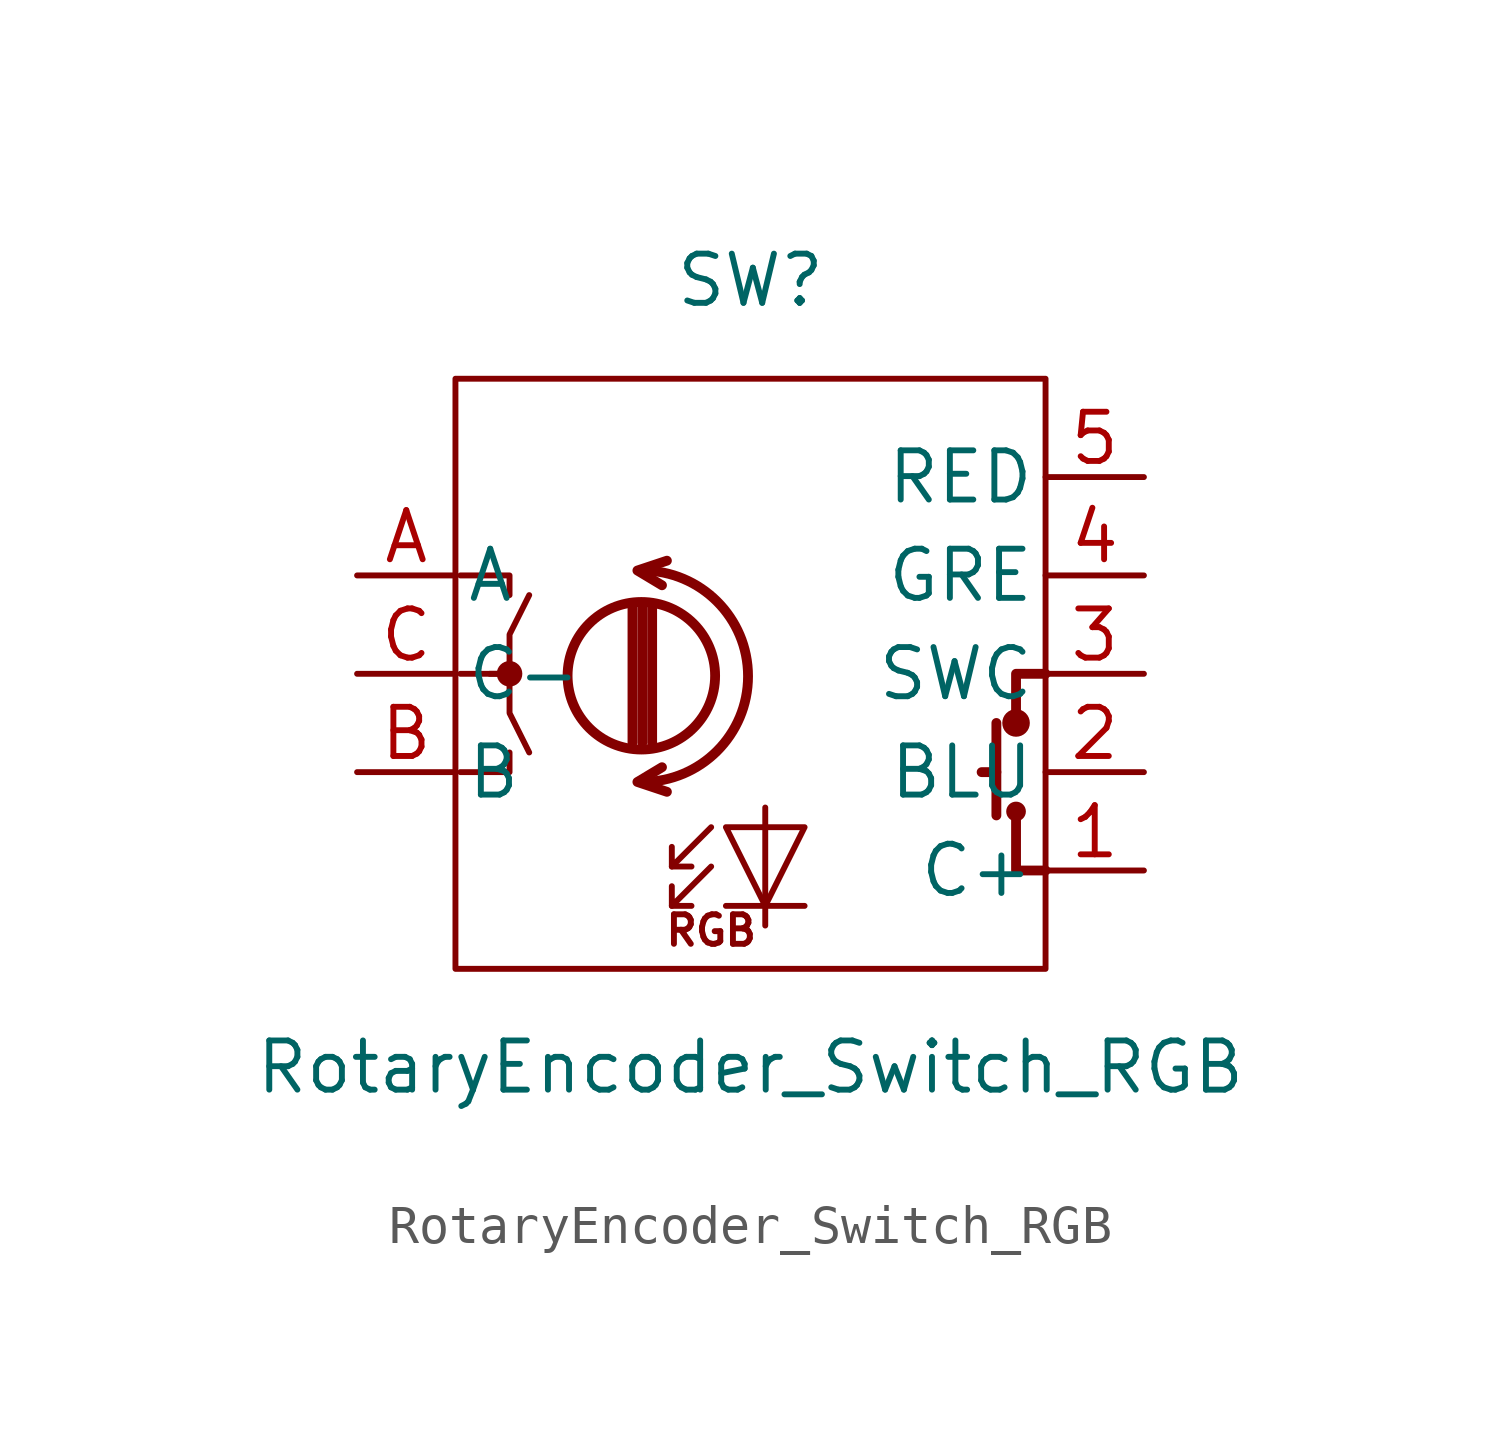
<source format=kicad_sym>
(kicad_symbol_lib
  (version 20211014)
  (generator kicad_symbol_editor)
  (symbol "RotaryEncoder_Switch_RGB"
    (pin_names
      (offset 0.254))
    (property "Reference" "SW"
      (at 0 10.16 0)
      (effects (font (size 1.27 1.27))))
    (property "Value" "RotaryEncoder_Switch_RGB"
      (at 0 -10.16 0)
      (effects (font (size 1.27 1.27))))
    (symbol "RotaryEncoder_Switch_RGB_0_0"
      (text "RGB" (at -1.016 -6.629 0) (effects (font (size 0.762 0.762)))))
    (symbol "RotaryEncoder_Switch_RGB_0_1"
      (rectangle (start -7.62 7.62) (end 7.62 -7.62) (stroke (width 0) (type default) (color 0 0 0 0)) (fill (type none)))
      (circle (center -6.223 0) (radius 0.254) (stroke (width 0) (type default) (color 0 0 0 0)) (fill (type outline)))
      (circle (center -2.819 -0.051) (radius 1.905) (stroke (width 0.254) (type default) (color 0 0 0 0)) (fill (type none)))
      (arc (start -2.794 -2.794) (mid -0.0508 -0.0635) (end -2.794 2.667) (stroke (width 0.254) (type default) (color 0 0 0 0)) (fill (type none)))
      (polyline (pts (xy -3.048 -1.778) (xy -3.048 1.778)) (stroke (width 0.254) (type default) (color 0 0 0 0)) (fill (type none)))
      (polyline (pts (xy -2.794 -1.778) (xy -2.794 1.778)) (stroke (width 0.254) (type default) (color 0 0 0 0)) (fill (type none)))
      (polyline (pts (xy -2.54 1.778) (xy -2.54 -1.778)) (stroke (width 0.254) (type default) (color 0 0 0 0)) (fill (type none)))
      (polyline (pts (xy -2.032 -5.994) (xy -1.524 -5.994)) (stroke (width 0) (type default) (color 0 0 0 0)) (fill (type none)))
      (polyline (pts (xy -2.032 -4.978) (xy -1.524 -4.978)) (stroke (width 0) (type default) (color 0 0 0 0)) (fill (type none)))
      (polyline (pts (xy 1.397 -5.994) (xy -0.635 -5.994)) (stroke (width 0) (type default) (color 0 0 0 0)) (fill (type none)))
      (polyline (pts (xy 6.35 -2.54) (xy 5.969 -2.54)) (stroke (width 0.254) (type default) (color 0 0 0 0)) (fill (type none)))
      (polyline (pts (xy 6.35 -1.27) (xy 6.35 -3.658)) (stroke (width 0.254) (type default) (color 0 0 0 0)) (fill (type none)))
      (polyline (pts (xy -7.493 -2.54) (xy -6.223 -2.54) (xy -6.223 -2.032)) (stroke (width 0) (type default) (color 0 0 0 0)) (fill (type none)))
      (polyline (pts (xy -7.493 2.54) (xy -6.223 2.54) (xy -6.223 2.032)) (stroke (width 0) (type default) (color 0 0 0 0)) (fill (type none)))
      (polyline (pts (xy -2.159 -3.048) (xy -2.921 -2.794) (xy -2.286 -2.413)) (stroke (width 0.254) (type default) (color 0 0 0 0)) (fill (type none)))
      (polyline (pts (xy -2.159 2.921) (xy -2.921 2.667) (xy -2.286 2.286)) (stroke (width 0.254) (type default) (color 0 0 0 0)) (fill (type none)))
      (polyline (pts (xy -1.016 -4.978) (xy -2.032 -5.994) (xy -2.032 -5.486)) (stroke (width 0) (type default) (color 0 0 0 0)) (fill (type none)))
      (polyline (pts (xy -1.016 -3.962) (xy -2.032 -4.978) (xy -2.032 -4.47)) (stroke (width 0) (type default) (color 0 0 0 0)) (fill (type none)))
      (polyline (pts (xy 0.381 -3.454) (xy 0.381 -5.994) (xy 0.381 -6.502)) (stroke (width 0) (type default) (color 0 0 0 0)) (fill (type none)))
      (polyline (pts (xy 7.62 -5.08) (xy 6.858 -5.08) (xy 6.858 -3.759)) (stroke (width 0.254) (type default) (color 0 0 0 0)) (fill (type none)))
      (polyline (pts (xy 7.62 0) (xy 6.858 0) (xy 6.858 -1.372)) (stroke (width 0.254) (type default) (color 0 0 0 0)) (fill (type none)))
      (polyline (pts (xy -7.493 0) (xy -6.223 0) (xy -6.223 -1.016) (xy -5.715 -2.032)) (stroke (width 0) (type default) (color 0 0 0 0)) (fill (type none)))
      (polyline (pts (xy -6.731 0) (xy -6.223 0) (xy -6.223 1.016) (xy -5.715 2.032)) (stroke (width 0) (type default) (color 0 0 0 0)) (fill (type none)))
      (polyline (pts (xy 1.397 -3.962) (xy -0.635 -3.962) (xy 0.381 -5.994) (xy 1.397 -3.962)) (stroke (width 0) (type default) (color 0 0 0 0)) (fill (type none)))
      (circle (center 6.858 -3.556) (radius 0.127) (stroke (width 0.254) (type default) (color 0 0 0 0)) (fill (type none)))
      (circle (center 6.858 -1.27) (radius 0.102) (stroke (width 0.254) (type default) (color 0 0 0 0)) (fill (type none))))
    (symbol "RotaryEncoder_Switch_RGB_1_1"
      (pin power_in line (at 10.16 -5.08 180) (length 2.54) (name "C+" (effects (font (size 1.27 1.27)))) (number "1" (effects (font (size 1.27 1.27)))))
      (pin passive line (at 10.16 -2.54 180) (length 2.54) (name "BLU" (effects (font (size 1.27 1.27)))) (number "2" (effects (font (size 1.27 1.27)))))
      (pin passive line (at 10.16 0 180) (length 2.54) (name "SWC" (effects (font (size 1.27 1.27)))) (number "3" (effects (font (size 1.27 1.27)))))
      (pin passive line (at 10.16 2.54 180) (length 2.54) (name "GRE" (effects (font (size 1.27 1.27)))) (number "4" (effects (font (size 1.27 1.27)))))
      (pin passive line (at 10.16 5.08 180) (length 2.54) (name "RED" (effects (font (size 1.27 1.27)))) (number "5" (effects (font (size 1.27 1.27)))))
      (pin passive line (at -10.16 2.54 0) (length 2.54) (name "A" (effects (font (size 1.27 1.27)))) (number "A" (effects (font (size 1.27 1.27)))))
      (pin passive line (at -10.16 -2.54 0) (length 2.54) (name "B" (effects (font (size 1.27 1.27)))) (number "B" (effects (font (size 1.27 1.27)))))
      (pin passive line (at -10.16 0 0) (length 2.54) (name "C-" (effects (font (size 1.27 1.27)))) (number "C" (effects (font (size 1.27 1.27))))))))
</source>
